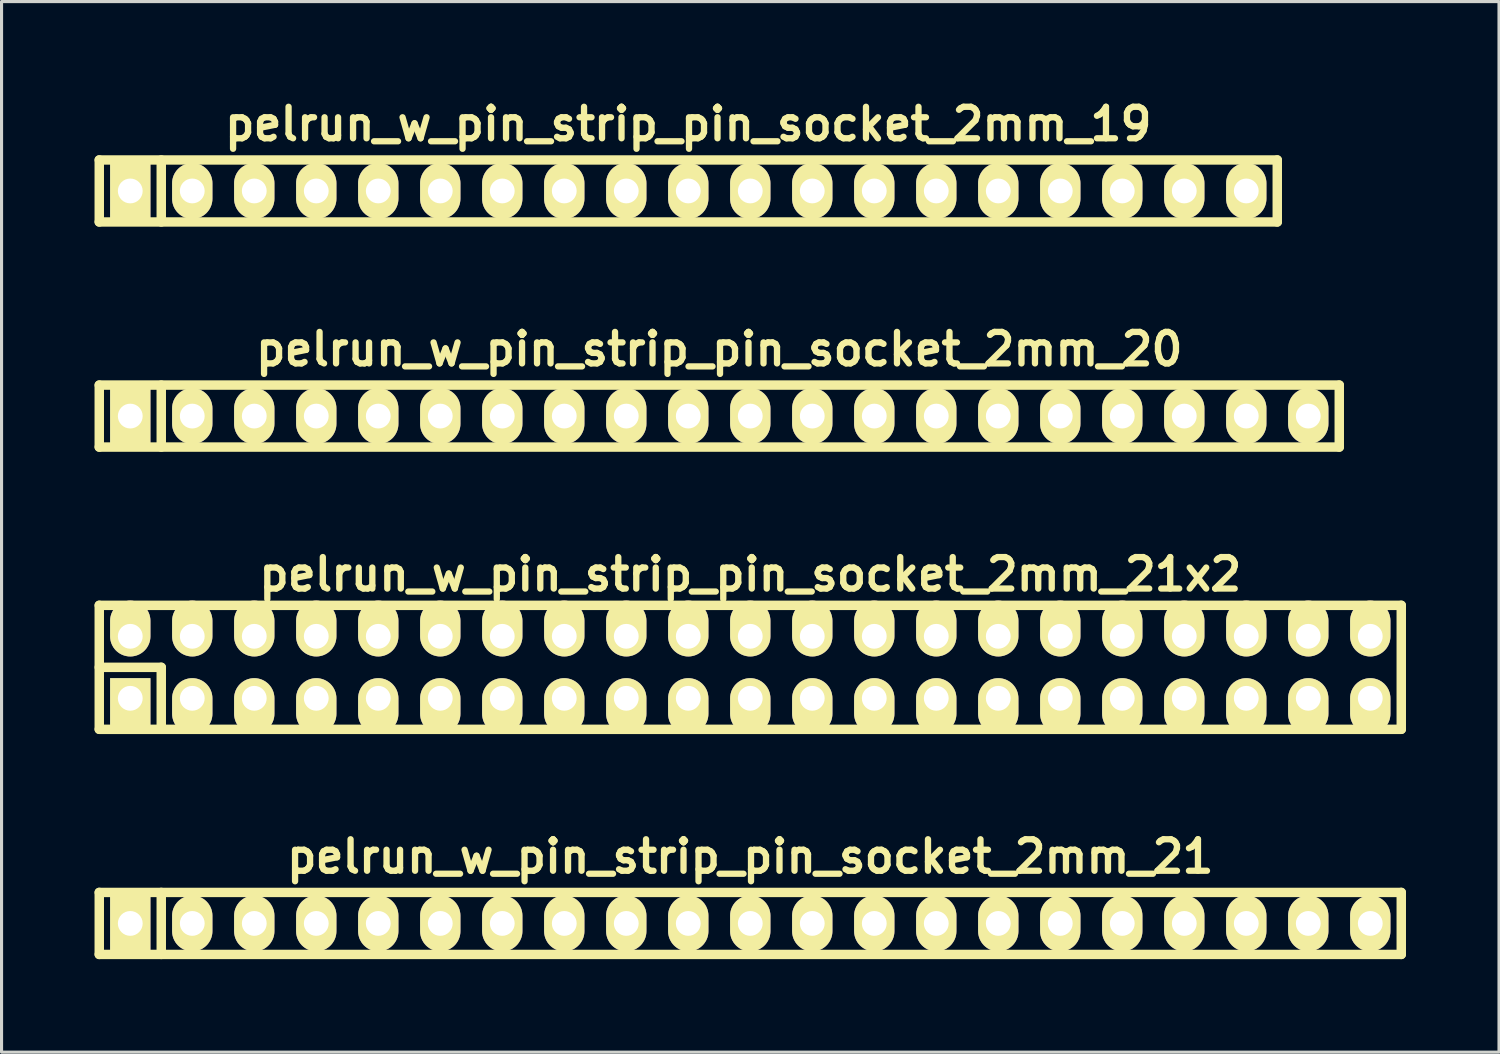
<source format=kicad_pcb>
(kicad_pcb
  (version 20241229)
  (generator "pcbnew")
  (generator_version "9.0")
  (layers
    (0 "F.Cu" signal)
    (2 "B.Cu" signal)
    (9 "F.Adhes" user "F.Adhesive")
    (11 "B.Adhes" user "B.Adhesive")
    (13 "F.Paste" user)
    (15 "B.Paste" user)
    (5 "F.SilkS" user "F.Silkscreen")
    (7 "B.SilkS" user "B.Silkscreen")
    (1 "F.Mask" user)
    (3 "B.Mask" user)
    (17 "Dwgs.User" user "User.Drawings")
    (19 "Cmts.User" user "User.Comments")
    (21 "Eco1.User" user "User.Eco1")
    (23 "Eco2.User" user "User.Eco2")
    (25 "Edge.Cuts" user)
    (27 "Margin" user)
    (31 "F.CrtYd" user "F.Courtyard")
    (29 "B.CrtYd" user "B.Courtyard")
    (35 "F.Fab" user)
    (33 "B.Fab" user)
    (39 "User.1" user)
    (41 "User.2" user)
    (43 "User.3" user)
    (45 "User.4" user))
  (footprint "pelrun_w_pin_strip_pin_socket_2mm_19"
    (layer "F.Cu")
    (at 19.152 3.11)
    (property "Reference" "pelrun_w_pin_strip_pin_socket_2mm_19" (at 0 -2.159 0) (layer "F.SilkS") (effects (font (size 1.016 1.016) (thickness 0.203))))
    (attr through_hole)
    (fp_line (start -19 -1) (end 19 -1) (stroke (width 0.305) (type solid)) (layer "F.SilkS"))
    (fp_line (start -19 1) (end -19 -1) (stroke (width 0.305) (type solid)) (layer "F.SilkS"))
    (fp_line (start -17 -1) (end -17 1) (stroke (width 0.305) (type solid)) (layer "F.SilkS"))
    (fp_line (start 19 -1) (end 19 1) (stroke (width 0.305) (type solid)) (layer "F.SilkS"))
    (fp_line (start 19 1) (end -19 1) (stroke (width 0.305) (type solid)) (layer "F.SilkS"))
    (pad "1" thru_hole rect (at -18 0) (size 1.3 1.8) (drill 0.8) (layers "*.Cu" "*.Mask" "F.SilkS"))
    (pad "2" thru_hole oval (at -16 0) (size 1.3 1.8) (drill 0.8) (layers "*.Cu" "*.Mask" "F.SilkS"))
    (pad "3" thru_hole oval (at -14 0) (size 1.3 1.8) (drill 0.8) (layers "*.Cu" "*.Mask" "F.SilkS"))
    (pad "4" thru_hole oval (at -12 0) (size 1.3 1.8) (drill 0.8) (layers "*.Cu" "*.Mask" "F.SilkS"))
    (pad "5" thru_hole oval (at -10 0) (size 1.3 1.8) (drill 0.8) (layers "*.Cu" "*.Mask" "F.SilkS"))
    (pad "6" thru_hole oval (at -8 0) (size 1.3 1.8) (drill 0.8) (layers "*.Cu" "*.Mask" "F.SilkS"))
    (pad "7" thru_hole oval (at -6 0) (size 1.3 1.8) (drill 0.8) (layers "*.Cu" "*.Mask" "F.SilkS"))
    (pad "8" thru_hole oval (at -4 0) (size 1.3 1.8) (drill 0.8) (layers "*.Cu" "*.Mask" "F.SilkS"))
    (pad "9" thru_hole oval (at -2 0) (size 1.3 1.8) (drill 0.8) (layers "*.Cu" "*.Mask" "F.SilkS"))
    (pad "10" thru_hole oval (at 0 0) (size 1.3 1.8) (drill 0.8) (layers "*.Cu" "*.Mask" "F.SilkS"))
    (pad "11" thru_hole oval (at 2 0) (size 1.3 1.8) (drill 0.8) (layers "*.Cu" "*.Mask" "F.SilkS"))
    (pad "12" thru_hole oval (at 4 0) (size 1.3 1.8) (drill 0.8) (layers "*.Cu" "*.Mask" "F.SilkS"))
    (pad "13" thru_hole oval (at 6 0) (size 1.3 1.8) (drill 0.8) (layers "*.Cu" "*.Mask" "F.SilkS"))
    (pad "14" thru_hole oval (at 8 0) (size 1.3 1.8) (drill 0.8) (layers "*.Cu" "*.Mask" "F.SilkS"))
    (pad "15" thru_hole oval (at 10 0) (size 1.3 1.8) (drill 0.8) (layers "*.Cu" "*.Mask" "F.SilkS"))
    (pad "16" thru_hole oval (at 12 0) (size 1.3 1.8) (drill 0.8) (layers "*.Cu" "*.Mask" "F.SilkS"))
    (pad "17" thru_hole oval (at 14 0) (size 1.3 1.8) (drill 0.8) (layers "*.Cu" "*.Mask" "F.SilkS"))
    (pad "18" thru_hole oval (at 16 0) (size 1.3 1.8) (drill 0.8) (layers "*.Cu" "*.Mask" "F.SilkS"))
    (pad "19" thru_hole oval (at 18 0) (size 1.3 1.8) (drill 0.8) (layers "*.Cu" "*.Mask" "F.SilkS")))
  (footprint "pelrun_w_pin_strip_pin_socket_2mm_20"
    (layer "F.Cu")
    (at 20.152 10.372)
    (property "Reference" "pelrun_w_pin_strip_pin_socket_2mm_20" (at 0 -2.159 0) (layer "F.SilkS") (effects (font (size 1.016 1.016) (thickness 0.203))))
    (attr through_hole)
    (fp_line (start -20 -1) (end 20 -1) (stroke (width 0.305) (type solid)) (layer "F.SilkS"))
    (fp_line (start -20 1) (end -20 -1) (stroke (width 0.305) (type solid)) (layer "F.SilkS"))
    (fp_line (start -18 -1) (end -18 1) (stroke (width 0.305) (type solid)) (layer "F.SilkS"))
    (fp_line (start 20 -1) (end 20 1) (stroke (width 0.305) (type solid)) (layer "F.SilkS"))
    (fp_line (start 20 1) (end -20 1) (stroke (width 0.305) (type solid)) (layer "F.SilkS"))
    (pad "1" thru_hole rect (at -19 0) (size 1.3 1.8) (drill 0.8) (layers "*.Cu" "*.Mask" "F.SilkS"))
    (pad "2" thru_hole oval (at -17 0) (size 1.3 1.8) (drill 0.8) (layers "*.Cu" "*.Mask" "F.SilkS"))
    (pad "3" thru_hole oval (at -15 0) (size 1.3 1.8) (drill 0.8) (layers "*.Cu" "*.Mask" "F.SilkS"))
    (pad "4" thru_hole oval (at -13 0) (size 1.3 1.8) (drill 0.8) (layers "*.Cu" "*.Mask" "F.SilkS"))
    (pad "5" thru_hole oval (at -11 0) (size 1.3 1.8) (drill 0.8) (layers "*.Cu" "*.Mask" "F.SilkS"))
    (pad "6" thru_hole oval (at -9 0) (size 1.3 1.8) (drill 0.8) (layers "*.Cu" "*.Mask" "F.SilkS"))
    (pad "7" thru_hole oval (at -7 0) (size 1.3 1.8) (drill 0.8) (layers "*.Cu" "*.Mask" "F.SilkS"))
    (pad "8" thru_hole oval (at -5 0) (size 1.3 1.8) (drill 0.8) (layers "*.Cu" "*.Mask" "F.SilkS"))
    (pad "9" thru_hole oval (at -3 0) (size 1.3 1.8) (drill 0.8) (layers "*.Cu" "*.Mask" "F.SilkS"))
    (pad "10" thru_hole oval (at -1 0) (size 1.3 1.8) (drill 0.8) (layers "*.Cu" "*.Mask" "F.SilkS"))
    (pad "11" thru_hole oval (at 1 0) (size 1.3 1.8) (drill 0.8) (layers "*.Cu" "*.Mask" "F.SilkS"))
    (pad "12" thru_hole oval (at 3 0) (size 1.3 1.8) (drill 0.8) (layers "*.Cu" "*.Mask" "F.SilkS"))
    (pad "13" thru_hole oval (at 5 0) (size 1.3 1.8) (drill 0.8) (layers "*.Cu" "*.Mask" "F.SilkS"))
    (pad "14" thru_hole oval (at 7 0) (size 1.3 1.8) (drill 0.8) (layers "*.Cu" "*.Mask" "F.SilkS"))
    (pad "15" thru_hole oval (at 9 0) (size 1.3 1.8) (drill 0.8) (layers "*.Cu" "*.Mask" "F.SilkS"))
    (pad "16" thru_hole oval (at 11 0) (size 1.3 1.8) (drill 0.8) (layers "*.Cu" "*.Mask" "F.SilkS"))
    (pad "17" thru_hole oval (at 13 0) (size 1.3 1.8) (drill 0.8) (layers "*.Cu" "*.Mask" "F.SilkS"))
    (pad "18" thru_hole oval (at 15 0) (size 1.3 1.8) (drill 0.8) (layers "*.Cu" "*.Mask" "F.SilkS"))
    (pad "19" thru_hole oval (at 17 0) (size 1.3 1.8) (drill 0.8) (layers "*.Cu" "*.Mask" "F.SilkS"))
    (pad "20" thru_hole oval (at 19 0) (size 1.3 1.8) (drill 0.8) (layers "*.Cu" "*.Mask" "F.SilkS")))
  (footprint "pelrun_w_pin_strip_pin_socket_2mm_21"
    (layer "F.Cu")
    (at 21.152 26.738)
    (property "Reference" "pelrun_w_pin_strip_pin_socket_2mm_21" (at 0 -2.159 0) (layer "F.SilkS") (effects (font (size 1.016 1.016) (thickness 0.203))))
    (attr through_hole)
    (fp_line (start -21 -1) (end 21 -1) (stroke (width 0.305) (type solid)) (layer "F.SilkS"))
    (fp_line (start -21 1) (end -21 -1) (stroke (width 0.305) (type solid)) (layer "F.SilkS"))
    (fp_line (start -19 -1) (end -19 1) (stroke (width 0.305) (type solid)) (layer "F.SilkS"))
    (fp_line (start 21 -1) (end 21 1) (stroke (width 0.305) (type solid)) (layer "F.SilkS"))
    (fp_line (start 21 1) (end -21 1) (stroke (width 0.305) (type solid)) (layer "F.SilkS"))
    (pad "1" thru_hole rect (at -20 0) (size 1.3 1.8) (drill 0.8) (layers "*.Cu" "*.Mask" "F.SilkS"))
    (pad "2" thru_hole oval (at -18 0) (size 1.3 1.8) (drill 0.8) (layers "*.Cu" "*.Mask" "F.SilkS"))
    (pad "3" thru_hole oval (at -16 0) (size 1.3 1.8) (drill 0.8) (layers "*.Cu" "*.Mask" "F.SilkS"))
    (pad "4" thru_hole oval (at -14 0) (size 1.3 1.8) (drill 0.8) (layers "*.Cu" "*.Mask" "F.SilkS"))
    (pad "5" thru_hole oval (at -12 0) (size 1.3 1.8) (drill 0.8) (layers "*.Cu" "*.Mask" "F.SilkS"))
    (pad "6" thru_hole oval (at -10 0) (size 1.3 1.8) (drill 0.8) (layers "*.Cu" "*.Mask" "F.SilkS"))
    (pad "7" thru_hole oval (at -8 0) (size 1.3 1.8) (drill 0.8) (layers "*.Cu" "*.Mask" "F.SilkS"))
    (pad "8" thru_hole oval (at -6 0) (size 1.3 1.8) (drill 0.8) (layers "*.Cu" "*.Mask" "F.SilkS"))
    (pad "9" thru_hole oval (at -4 0) (size 1.3 1.8) (drill 0.8) (layers "*.Cu" "*.Mask" "F.SilkS"))
    (pad "10" thru_hole oval (at -2 0) (size 1.3 1.8) (drill 0.8) (layers "*.Cu" "*.Mask" "F.SilkS"))
    (pad "11" thru_hole oval (at 0 0) (size 1.3 1.8) (drill 0.8) (layers "*.Cu" "*.Mask" "F.SilkS"))
    (pad "12" thru_hole oval (at 2 0) (size 1.3 1.8) (drill 0.8) (layers "*.Cu" "*.Mask" "F.SilkS"))
    (pad "13" thru_hole oval (at 4 0) (size 1.3 1.8) (drill 0.8) (layers "*.Cu" "*.Mask" "F.SilkS"))
    (pad "14" thru_hole oval (at 6 0) (size 1.3 1.8) (drill 0.8) (layers "*.Cu" "*.Mask" "F.SilkS"))
    (pad "15" thru_hole oval (at 8 0) (size 1.3 1.8) (drill 0.8) (layers "*.Cu" "*.Mask" "F.SilkS"))
    (pad "16" thru_hole oval (at 10 0) (size 1.3 1.8) (drill 0.8) (layers "*.Cu" "*.Mask" "F.SilkS"))
    (pad "17" thru_hole oval (at 12 0) (size 1.3 1.8) (drill 0.8) (layers "*.Cu" "*.Mask" "F.SilkS"))
    (pad "18" thru_hole oval (at 14 0) (size 1.3 1.8) (drill 0.8) (layers "*.Cu" "*.Mask" "F.SilkS"))
    (pad "19" thru_hole oval (at 16 0) (size 1.3 1.8) (drill 0.8) (layers "*.Cu" "*.Mask" "F.SilkS"))
    (pad "20" thru_hole oval (at 18 0) (size 1.3 1.8) (drill 0.8) (layers "*.Cu" "*.Mask" "F.SilkS"))
    (pad "21" thru_hole oval (at 20 0) (size 1.3 1.8) (drill 0.8) (layers "*.Cu" "*.Mask" "F.SilkS")))
  (footprint "pelrun_w_pin_strip_pin_socket_2mm_21x2"
    (layer "F.Cu")
    (at 21.152 18.476)
    (property "Reference" "pelrun_w_pin_strip_pin_socket_2mm_21x2" (at 0 -3 0) (layer "F.SilkS") (effects (font (size 1.016 1.016) (thickness 0.203))))
    (attr through_hole)
    (fp_line (start -21 -2) (end 21 -2) (stroke (width 0.305) (type solid)) (layer "F.SilkS"))
    (fp_line (start -21 0) (end -19 0) (stroke (width 0.305) (type solid)) (layer "F.SilkS"))
    (fp_line (start -21 2) (end -21 -2) (stroke (width 0.305) (type solid)) (layer "F.SilkS"))
    (fp_line (start -19 0) (end -19 2) (stroke (width 0.305) (type solid)) (layer "F.SilkS"))
    (fp_line (start 21 -2) (end 21 2) (stroke (width 0.305) (type solid)) (layer "F.SilkS"))
    (fp_line (start 21 2) (end -21 2) (stroke (width 0.305) (type solid)) (layer "F.SilkS"))
    (pad "1" thru_hole rect (at -20 1) (size 1.3 1.8) (drill 0.8 (offset 0 0.25)) (layers "*.Cu" "*.Mask" "F.SilkS"))
    (pad "2" thru_hole oval (at -20 -1) (size 1.3 1.8) (drill 0.8 (offset 0 -0.25)) (layers "*.Cu" "*.Mask" "F.SilkS"))
    (pad "3" thru_hole oval (at -18 1) (size 1.3 1.8) (drill 0.8 (offset 0 0.25)) (layers "*.Cu" "*.Mask" "F.SilkS"))
    (pad "4" thru_hole oval (at -18 -1) (size 1.3 1.8) (drill 0.8 (offset 0 -0.25)) (layers "*.Cu" "*.Mask" "F.SilkS"))
    (pad "5" thru_hole oval (at -16 1) (size 1.3 1.8) (drill 0.8 (offset 0 0.25)) (layers "*.Cu" "*.Mask" "F.SilkS"))
    (pad "6" thru_hole oval (at -16 -1) (size 1.3 1.8) (drill 0.8 (offset 0 -0.25)) (layers "*.Cu" "*.Mask" "F.SilkS"))
    (pad "7" thru_hole oval (at -14 1) (size 1.3 1.8) (drill 0.8 (offset 0 0.25)) (layers "*.Cu" "*.Mask" "F.SilkS"))
    (pad "8" thru_hole oval (at -14 -1) (size 1.3 1.8) (drill 0.8 (offset 0 -0.25)) (layers "*.Cu" "*.Mask" "F.SilkS"))
    (pad "9" thru_hole oval (at -12 1) (size 1.3 1.8) (drill 0.8 (offset 0 0.25)) (layers "*.Cu" "*.Mask" "F.SilkS"))
    (pad "10" thru_hole oval (at -12 -1) (size 1.3 1.8) (drill 0.8 (offset 0 -0.25)) (layers "*.Cu" "*.Mask" "F.SilkS"))
    (pad "11" thru_hole oval (at -10 1) (size 1.3 1.8) (drill 0.8 (offset 0 0.25)) (layers "*.Cu" "*.Mask" "F.SilkS"))
    (pad "12" thru_hole oval (at -10 -1) (size 1.3 1.8) (drill 0.8 (offset 0 -0.25)) (layers "*.Cu" "*.Mask" "F.SilkS"))
    (pad "13" thru_hole oval (at -8 1) (size 1.3 1.8) (drill 0.8 (offset 0 0.25)) (layers "*.Cu" "*.Mask" "F.SilkS"))
    (pad "14" thru_hole oval (at -8 -1) (size 1.3 1.8) (drill 0.8 (offset 0 -0.25)) (layers "*.Cu" "*.Mask" "F.SilkS"))
    (pad "15" thru_hole oval (at -6 1) (size 1.3 1.8) (drill 0.8 (offset 0 0.25)) (layers "*.Cu" "*.Mask" "F.SilkS"))
    (pad "16" thru_hole oval (at -6 -1) (size 1.3 1.8) (drill 0.8 (offset 0 -0.25)) (layers "*.Cu" "*.Mask" "F.SilkS"))
    (pad "17" thru_hole oval (at -4 1) (size 1.3 1.8) (drill 0.8 (offset 0 0.25)) (layers "*.Cu" "*.Mask" "F.SilkS"))
    (pad "18" thru_hole oval (at -4 -1) (size 1.3 1.8) (drill 0.8 (offset 0 -0.25)) (layers "*.Cu" "*.Mask" "F.SilkS"))
    (pad "19" thru_hole oval (at -2 1) (size 1.3 1.8) (drill 0.8 (offset 0 0.25)) (layers "*.Cu" "*.Mask" "F.SilkS"))
    (pad "20" thru_hole oval (at -2 -1) (size 1.3 1.8) (drill 0.8 (offset 0 -0.25)) (layers "*.Cu" "*.Mask" "F.SilkS"))
    (pad "21" thru_hole oval (at 0 1) (size 1.3 1.8) (drill 0.8 (offset 0 0.25)) (layers "*.Cu" "*.Mask" "F.SilkS"))
    (pad "22" thru_hole oval (at 0 -1) (size 1.3 1.8) (drill 0.8 (offset 0 -0.25)) (layers "*.Cu" "*.Mask" "F.SilkS"))
    (pad "23" thru_hole oval (at 2 1) (size 1.3 1.8) (drill 0.8 (offset 0 0.25)) (layers "*.Cu" "*.Mask" "F.SilkS"))
    (pad "24" thru_hole oval (at 2 -1) (size 1.3 1.8) (drill 0.8 (offset 0 -0.25)) (layers "*.Cu" "*.Mask" "F.SilkS"))
    (pad "25" thru_hole oval (at 4 1) (size 1.3 1.8) (drill 0.8 (offset 0 0.25)) (layers "*.Cu" "*.Mask" "F.SilkS"))
    (pad "26" thru_hole oval (at 4 -1) (size 1.3 1.8) (drill 0.8 (offset 0 -0.25)) (layers "*.Cu" "*.Mask" "F.SilkS"))
    (pad "27" thru_hole oval (at 6 1) (size 1.3 1.8) (drill 0.8 (offset 0 0.25)) (layers "*.Cu" "*.Mask" "F.SilkS"))
    (pad "28" thru_hole oval (at 6 -1) (size 1.3 1.8) (drill 0.8 (offset 0 -0.25)) (layers "*.Cu" "*.Mask" "F.SilkS"))
    (pad "29" thru_hole oval (at 8 1) (size 1.3 1.8) (drill 0.8 (offset 0 0.25)) (layers "*.Cu" "*.Mask" "F.SilkS"))
    (pad "30" thru_hole oval (at 8 -1) (size 1.3 1.8) (drill 0.8 (offset 0 -0.25)) (layers "*.Cu" "*.Mask" "F.SilkS"))
    (pad "31" thru_hole oval (at 10 1) (size 1.3 1.8) (drill 0.8 (offset 0 0.25)) (layers "*.Cu" "*.Mask" "F.SilkS"))
    (pad "32" thru_hole oval (at 10 -1) (size 1.3 1.8) (drill 0.8 (offset 0 -0.25)) (layers "*.Cu" "*.Mask" "F.SilkS"))
    (pad "33" thru_hole oval (at 12 1) (size 1.3 1.8) (drill 0.8 (offset 0 0.25)) (layers "*.Cu" "*.Mask" "F.SilkS"))
    (pad "34" thru_hole oval (at 12 -1) (size 1.3 1.8) (drill 0.8 (offset 0 -0.25)) (layers "*.Cu" "*.Mask" "F.SilkS"))
    (pad "35" thru_hole oval (at 14 1) (size 1.3 1.8) (drill 0.8 (offset 0 0.25)) (layers "*.Cu" "*.Mask" "F.SilkS"))
    (pad "36" thru_hole oval (at 14 -1) (size 1.3 1.8) (drill 0.8 (offset 0 -0.25)) (layers "*.Cu" "*.Mask" "F.SilkS"))
    (pad "37" thru_hole oval (at 16 1) (size 1.3 1.8) (drill 0.8 (offset 0 0.25)) (layers "*.Cu" "*.Mask" "F.SilkS"))
    (pad "38" thru_hole oval (at 16 -1) (size 1.3 1.8) (drill 0.8 (offset 0 -0.25)) (layers "*.Cu" "*.Mask" "F.SilkS"))
    (pad "39" thru_hole oval (at 18 1) (size 1.3 1.8) (drill 0.8 (offset 0 0.25)) (layers "*.Cu" "*.Mask" "F.SilkS"))
    (pad "40" thru_hole oval (at 18 -1) (size 1.3 1.8) (drill 0.8 (offset 0 -0.25)) (layers "*.Cu" "*.Mask" "F.SilkS"))
    (pad "41" thru_hole oval (at 20 1) (size 1.3 1.8) (drill 0.8 (offset 0 0.25)) (layers "*.Cu" "*.Mask" "F.SilkS"))
    (pad "42" thru_hole oval (at 20 -1) (size 1.3 1.8) (drill 0.8 (offset 0 -0.25)) (layers "*.Cu" "*.Mask" "F.SilkS")))
  (gr_rect
    (start -3 -3)
    (end 45.305 30.891)
    (stroke (width 0.1) (type default))
    (fill no)
    (layer "Edge.Cuts")))
</source>
